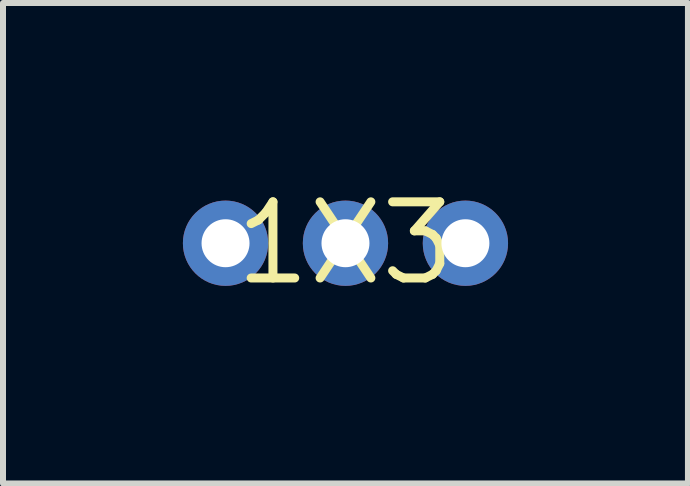
<source format=kicad_pcb>
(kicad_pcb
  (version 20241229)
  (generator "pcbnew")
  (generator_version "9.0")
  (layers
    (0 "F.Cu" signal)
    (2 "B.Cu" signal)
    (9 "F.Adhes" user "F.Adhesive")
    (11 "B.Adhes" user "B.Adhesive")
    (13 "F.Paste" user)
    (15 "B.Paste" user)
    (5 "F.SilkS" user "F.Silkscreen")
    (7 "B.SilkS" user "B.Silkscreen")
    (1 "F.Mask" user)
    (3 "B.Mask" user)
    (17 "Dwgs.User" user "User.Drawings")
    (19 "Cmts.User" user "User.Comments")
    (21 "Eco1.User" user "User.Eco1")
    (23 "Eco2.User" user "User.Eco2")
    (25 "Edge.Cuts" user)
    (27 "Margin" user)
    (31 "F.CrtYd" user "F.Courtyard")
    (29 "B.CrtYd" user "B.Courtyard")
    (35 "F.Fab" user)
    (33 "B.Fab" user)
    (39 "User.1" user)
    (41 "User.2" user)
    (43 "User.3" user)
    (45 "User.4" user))
  (footprint "1X3"
    (layer "F.Cu")
    (at 2.711 1.006)
    (property "Reference" "1X3" (at 0 0 0) (layer "F.SilkS") (effects (font (size 1.27 1.27) (thickness 0.15))))
    (fp_poly (pts (xy -2.254 0.254) (xy -1.746 0.254) (xy -1.746 -0.254) (xy -2.254 -0.254)) (stroke (width 0) (type default)) (fill yes) (layer "F.SilkS"))
    (fp_poly (pts (xy -0.254 0.254) (xy 0.254 0.254) (xy 0.254 -0.254) (xy -0.254 -0.254)) (stroke (width 0) (type default)) (fill yes) (layer "F.SilkS"))
    (fp_poly (pts (xy 1.746 0.254) (xy 2.254 0.254) (xy 2.254 -0.254) (xy 1.746 -0.254)) (stroke (width 0) (type default)) (fill yes) (layer "F.SilkS"))
    (pad "1" thru_hole circle (at -2 0) (size 1.422 1.422) (drill 0.8) (layers "*.Cu" "*.Mask"))
    (pad "2" thru_hole circle (at 0 0) (size 1.422 1.422) (drill 0.8) (layers "*.Cu" "*.Mask"))
    (pad "3" thru_hole circle (at 2 0) (size 1.422 1.422) (drill 0.8) (layers "*.Cu" "*.Mask")))
  (gr_rect
    (start -3 -3)
    (end 8.422 5.012)
    (stroke (width 0.1) (type default))
    (fill no)
    (layer "Edge.Cuts")))
</source>
